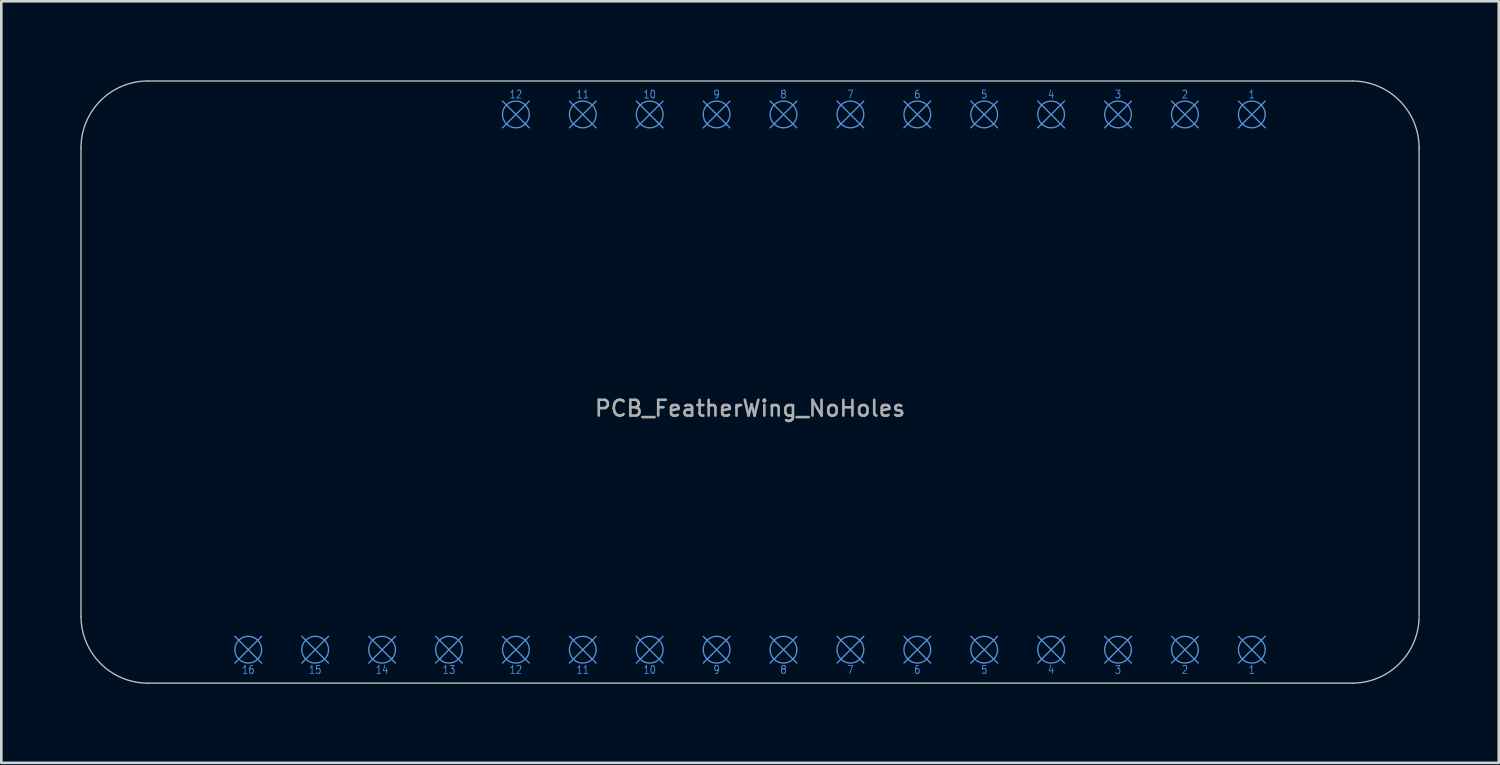
<source format=kicad_pcb>
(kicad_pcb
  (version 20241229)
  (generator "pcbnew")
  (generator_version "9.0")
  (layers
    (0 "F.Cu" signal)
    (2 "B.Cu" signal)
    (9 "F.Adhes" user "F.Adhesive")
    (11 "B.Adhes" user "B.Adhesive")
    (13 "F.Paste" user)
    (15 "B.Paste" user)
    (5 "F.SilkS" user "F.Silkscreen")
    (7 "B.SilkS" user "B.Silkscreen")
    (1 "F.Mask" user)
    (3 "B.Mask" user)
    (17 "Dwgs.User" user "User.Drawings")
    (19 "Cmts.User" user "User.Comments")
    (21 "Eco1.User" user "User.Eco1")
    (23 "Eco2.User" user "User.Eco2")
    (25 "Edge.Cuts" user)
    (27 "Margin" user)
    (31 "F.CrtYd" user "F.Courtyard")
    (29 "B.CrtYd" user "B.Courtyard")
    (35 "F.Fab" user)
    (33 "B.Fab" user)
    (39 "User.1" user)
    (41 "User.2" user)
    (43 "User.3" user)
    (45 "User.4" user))
  (footprint "PCB_FeatherWing_NoHoles"
    (layer "F.Cu")
    (at 25.425 11.455)
    (property "Reference" "PCB_FeatherWing_NoHoles" (at 0 1 0) (layer "F.Fab") (effects (font (size 0.6 0.6) (thickness 0.1))))
    (attr through_hole)
    (fp_line (start -25.4 -8.89) (end -25.4 8.89) (stroke (width 0.05) (type solid)) (layer "Dwgs.User"))
    (fp_line (start -22.86 11.43) (end 22.86 11.43) (stroke (width 0.05) (type solid)) (layer "Dwgs.User"))
    (fp_line (start 22.86 -11.43) (end -22.86 -11.43) (stroke (width 0.05) (type solid)) (layer "Dwgs.User"))
    (fp_line (start 25.4 8.89) (end 25.4 -8.89) (stroke (width 0.05) (type solid)) (layer "Dwgs.User"))
    (fp_arc (start -25.4 -8.89) (mid -24.656051 -10.686051) (end -22.86 -11.43) (stroke (width 0.05) (type solid)) (layer "Dwgs.User"))
    (fp_arc (start -22.86 11.43) (mid -24.656051 10.686051) (end -25.4 8.89) (stroke (width 0.05) (type solid)) (layer "Dwgs.User"))
    (fp_arc (start 22.86 -11.43) (mid 24.656051 -10.686051) (end 25.4 -8.89) (stroke (width 0.05) (type solid)) (layer "Dwgs.User"))
    (fp_arc (start 25.399532 8.938762) (mid 24.638728 10.703209) (end 22.86 11.43) (stroke (width 0.05) (type solid)) (layer "Dwgs.User"))
    (fp_line (start -19.558 9.652) (end -18.542 10.668) (stroke (width 0.05) (type solid)) (layer "Cmts.User"))
    (fp_line (start -19.558 10.668) (end -18.542 9.652) (stroke (width 0.05) (type solid)) (layer "Cmts.User"))
    (fp_line (start -17.018 9.652) (end -16.002 10.668) (stroke (width 0.05) (type solid)) (layer "Cmts.User"))
    (fp_line (start -17.018 10.668) (end -16.002 9.652) (stroke (width 0.05) (type solid)) (layer "Cmts.User"))
    (fp_line (start -14.478 9.652) (end -13.462 10.668) (stroke (width 0.05) (type solid)) (layer "Cmts.User"))
    (fp_line (start -14.478 10.668) (end -13.462 9.652) (stroke (width 0.05) (type solid)) (layer "Cmts.User"))
    (fp_line (start -11.938 9.652) (end -10.922 10.668) (stroke (width 0.05) (type solid)) (layer "Cmts.User"))
    (fp_line (start -11.938 10.668) (end -10.922 9.652) (stroke (width 0.05) (type solid)) (layer "Cmts.User"))
    (fp_line (start -9.398 -10.668) (end -8.382 -9.652) (stroke (width 0.05) (type solid)) (layer "Cmts.User"))
    (fp_line (start -9.398 -9.652) (end -8.382 -10.668) (stroke (width 0.05) (type solid)) (layer "Cmts.User"))
    (fp_line (start -9.398 9.652) (end -8.382 10.668) (stroke (width 0.05) (type solid)) (layer "Cmts.User"))
    (fp_line (start -9.398 10.668) (end -8.382 9.652) (stroke (width 0.05) (type solid)) (layer "Cmts.User"))
    (fp_line (start -6.858 -10.668) (end -5.842 -9.652) (stroke (width 0.05) (type solid)) (layer "Cmts.User"))
    (fp_line (start -6.858 -9.652) (end -5.842 -10.668) (stroke (width 0.05) (type solid)) (layer "Cmts.User"))
    (fp_line (start -6.858 9.652) (end -5.842 10.668) (stroke (width 0.05) (type solid)) (layer "Cmts.User"))
    (fp_line (start -6.858 10.668) (end -5.842 9.652) (stroke (width 0.05) (type solid)) (layer "Cmts.User"))
    (fp_line (start -4.318 -10.668) (end -3.302 -9.652) (stroke (width 0.05) (type solid)) (layer "Cmts.User"))
    (fp_line (start -4.318 -9.652) (end -3.302 -10.668) (stroke (width 0.05) (type solid)) (layer "Cmts.User"))
    (fp_line (start -4.318 9.652) (end -3.302 10.668) (stroke (width 0.05) (type solid)) (layer "Cmts.User"))
    (fp_line (start -4.318 10.668) (end -3.302 9.652) (stroke (width 0.05) (type solid)) (layer "Cmts.User"))
    (fp_line (start -1.778 -10.668) (end -0.762 -9.652) (stroke (width 0.05) (type solid)) (layer "Cmts.User"))
    (fp_line (start -1.778 -9.652) (end -0.762 -10.668) (stroke (width 0.05) (type solid)) (layer "Cmts.User"))
    (fp_line (start -1.778 9.652) (end -0.762 10.668) (stroke (width 0.05) (type solid)) (layer "Cmts.User"))
    (fp_line (start -1.778 10.668) (end -0.762 9.652) (stroke (width 0.05) (type solid)) (layer "Cmts.User"))
    (fp_line (start 0.762 -10.668) (end 1.778 -9.652) (stroke (width 0.05) (type solid)) (layer "Cmts.User"))
    (fp_line (start 0.762 -9.652) (end 1.778 -10.668) (stroke (width 0.05) (type solid)) (layer "Cmts.User"))
    (fp_line (start 0.762 9.652) (end 1.778 10.668) (stroke (width 0.05) (type solid)) (layer "Cmts.User"))
    (fp_line (start 0.762 10.668) (end 1.778 9.652) (stroke (width 0.05) (type solid)) (layer "Cmts.User"))
    (fp_line (start 3.302 -10.668) (end 4.318 -9.652) (stroke (width 0.05) (type solid)) (layer "Cmts.User"))
    (fp_line (start 3.302 -9.652) (end 4.318 -10.668) (stroke (width 0.05) (type solid)) (layer "Cmts.User"))
    (fp_line (start 3.302 9.652) (end 4.318 10.668) (stroke (width 0.05) (type solid)) (layer "Cmts.User"))
    (fp_line (start 3.302 10.668) (end 4.318 9.652) (stroke (width 0.05) (type solid)) (layer "Cmts.User"))
    (fp_line (start 5.842 -10.668) (end 6.858 -9.652) (stroke (width 0.05) (type solid)) (layer "Cmts.User"))
    (fp_line (start 5.842 -9.652) (end 6.858 -10.668) (stroke (width 0.05) (type solid)) (layer "Cmts.User"))
    (fp_line (start 5.842 9.652) (end 6.858 10.668) (stroke (width 0.05) (type solid)) (layer "Cmts.User"))
    (fp_line (start 5.842 10.668) (end 6.858 9.652) (stroke (width 0.05) (type solid)) (layer "Cmts.User"))
    (fp_line (start 8.382 -10.668) (end 9.398 -9.652) (stroke (width 0.05) (type solid)) (layer "Cmts.User"))
    (fp_line (start 8.382 -9.652) (end 9.398 -10.668) (stroke (width 0.05) (type solid)) (layer "Cmts.User"))
    (fp_line (start 8.382 9.652) (end 9.398 10.668) (stroke (width 0.05) (type solid)) (layer "Cmts.User"))
    (fp_line (start 8.382 10.668) (end 9.398 9.652) (stroke (width 0.05) (type solid)) (layer "Cmts.User"))
    (fp_line (start 10.922 -10.668) (end 11.938 -9.652) (stroke (width 0.05) (type solid)) (layer "Cmts.User"))
    (fp_line (start 10.922 -9.652) (end 11.938 -10.668) (stroke (width 0.05) (type solid)) (layer "Cmts.User"))
    (fp_line (start 10.922 9.652) (end 11.938 10.668) (stroke (width 0.05) (type solid)) (layer "Cmts.User"))
    (fp_line (start 10.922 10.668) (end 11.938 9.652) (stroke (width 0.05) (type solid)) (layer "Cmts.User"))
    (fp_line (start 13.462 -10.668) (end 14.478 -9.652) (stroke (width 0.05) (type solid)) (layer "Cmts.User"))
    (fp_line (start 13.462 -9.652) (end 14.478 -10.668) (stroke (width 0.05) (type solid)) (layer "Cmts.User"))
    (fp_line (start 13.462 9.652) (end 14.478 10.668) (stroke (width 0.05) (type solid)) (layer "Cmts.User"))
    (fp_line (start 13.462 10.668) (end 14.478 9.652) (stroke (width 0.05) (type solid)) (layer "Cmts.User"))
    (fp_line (start 16.002 -10.668) (end 17.018 -9.652) (stroke (width 0.05) (type solid)) (layer "Cmts.User"))
    (fp_line (start 16.002 -9.652) (end 17.018 -10.668) (stroke (width 0.05) (type solid)) (layer "Cmts.User"))
    (fp_line (start 16.002 9.652) (end 17.018 10.668) (stroke (width 0.05) (type solid)) (layer "Cmts.User"))
    (fp_line (start 16.002 10.668) (end 17.018 9.652) (stroke (width 0.05) (type solid)) (layer "Cmts.User"))
    (fp_line (start 18.542 -10.668) (end 19.558 -9.652) (stroke (width 0.05) (type solid)) (layer "Cmts.User"))
    (fp_line (start 18.542 -9.652) (end 19.558 -10.668) (stroke (width 0.05) (type solid)) (layer "Cmts.User"))
    (fp_line (start 18.542 9.652) (end 19.558 10.668) (stroke (width 0.05) (type solid)) (layer "Cmts.User"))
    (fp_line (start 18.542 10.668) (end 19.558 9.652) (stroke (width 0.05) (type solid)) (layer "Cmts.User"))
    (fp_circle (center -19.05 10.16) (end -18.542 10.16) (stroke (width 0.05) (type solid)) (fill no) (layer "Cmts.User"))
    (fp_circle (center -16.51 10.16) (end -16.002 10.16) (stroke (width 0.05) (type solid)) (fill no) (layer "Cmts.User"))
    (fp_circle (center -13.97 10.16) (end -13.462 10.16) (stroke (width 0.05) (type solid)) (fill no) (layer "Cmts.User"))
    (fp_circle (center -11.43 10.16) (end -10.922 10.16) (stroke (width 0.05) (type solid)) (fill no) (layer "Cmts.User"))
    (fp_circle (center -8.89 -10.16) (end -8.382 -10.16) (stroke (width 0.05) (type solid)) (fill no) (layer "Cmts.User"))
    (fp_circle (center -8.89 10.16) (end -8.382 10.16) (stroke (width 0.05) (type solid)) (fill no) (layer "Cmts.User"))
    (fp_circle (center -6.35 -10.16) (end -5.842 -10.16) (stroke (width 0.05) (type solid)) (fill no) (layer "Cmts.User"))
    (fp_circle (center -6.35 10.16) (end -5.842 10.16) (stroke (width 0.05) (type solid)) (fill no) (layer "Cmts.User"))
    (fp_circle (center -3.81 -10.16) (end -3.302 -10.16) (stroke (width 0.05) (type solid)) (fill no) (layer "Cmts.User"))
    (fp_circle (center -3.81 10.16) (end -3.302 10.16) (stroke (width 0.05) (type solid)) (fill no) (layer "Cmts.User"))
    (fp_circle (center -1.27 -10.16) (end -0.762 -10.16) (stroke (width 0.05) (type solid)) (fill no) (layer "Cmts.User"))
    (fp_circle (center -1.27 10.16) (end -0.762 10.16) (stroke (width 0.05) (type solid)) (fill no) (layer "Cmts.User"))
    (fp_circle (center 1.27 -10.16) (end 1.778 -10.16) (stroke (width 0.05) (type solid)) (fill no) (layer "Cmts.User"))
    (fp_circle (center 1.27 10.16) (end 1.778 10.16) (stroke (width 0.05) (type solid)) (fill no) (layer "Cmts.User"))
    (fp_circle (center 3.81 -10.16) (end 4.318 -10.16) (stroke (width 0.05) (type solid)) (fill no) (layer "Cmts.User"))
    (fp_circle (center 3.81 10.16) (end 4.318 10.16) (stroke (width 0.05) (type solid)) (fill no) (layer "Cmts.User"))
    (fp_circle (center 6.35 -10.16) (end 6.858 -10.16) (stroke (width 0.05) (type solid)) (fill no) (layer "Cmts.User"))
    (fp_circle (center 6.35 10.16) (end 6.858 10.16) (stroke (width 0.05) (type solid)) (fill no) (layer "Cmts.User"))
    (fp_circle (center 8.89 -10.16) (end 9.398 -10.16) (stroke (width 0.05) (type solid)) (fill no) (layer "Cmts.User"))
    (fp_circle (center 8.89 10.16) (end 9.398 10.16) (stroke (width 0.05) (type solid)) (fill no) (layer "Cmts.User"))
    (fp_circle (center 11.43 -10.16) (end 11.938 -10.16) (stroke (width 0.05) (type solid)) (fill no) (layer "Cmts.User"))
    (fp_circle (center 11.43 10.16) (end 11.938 10.16) (stroke (width 0.05) (type solid)) (fill no) (layer "Cmts.User"))
    (fp_circle (center 13.97 -10.16) (end 14.478 -10.16) (stroke (width 0.05) (type solid)) (fill no) (layer "Cmts.User"))
    (fp_circle (center 13.97 10.16) (end 14.478 10.16) (stroke (width 0.05) (type solid)) (fill no) (layer "Cmts.User"))
    (fp_circle (center 16.51 -10.16) (end 17.018 -10.16) (stroke (width 0.05) (type solid)) (fill no) (layer "Cmts.User"))
    (fp_circle (center 16.51 10.16) (end 17.018 10.16) (stroke (width 0.05) (type solid)) (fill no) (layer "Cmts.User"))
    (fp_circle (center 19.05 -10.16) (end 19.558 -10.16) (stroke (width 0.05) (type solid)) (fill no) (layer "Cmts.User"))
    (fp_circle (center 19.05 10.16) (end 19.558 10.16) (stroke (width 0.05) (type solid)) (fill no) (layer "Cmts.User"))
    (fp_text user "1" (at 19.05 -10.922 0) (layer "Cmts.User") (effects (font (size 0.3 0.25) (thickness 0.03))))
    (fp_text user "2" (at 16.51 -10.922 0) (layer "Cmts.User") (effects (font (size 0.3 0.25) (thickness 0.03))))
    (fp_text user "6" (at 6.35 10.922 0) (layer "Cmts.User") (effects (font (size 0.3 0.25) (thickness 0.03))))
    (fp_text user "12" (at -8.89 -10.922 0) (layer "Cmts.User") (effects (font (size 0.3 0.25) (thickness 0.03))))
    (fp_text user "12" (at -8.89 10.922 0) (layer "Cmts.User") (effects (font (size 0.3 0.25) (thickness 0.03))))
    (fp_text user "11" (at -6.35 10.922 0) (layer "Cmts.User") (effects (font (size 0.3 0.25) (thickness 0.03))))
    (fp_text user "8" (at 1.27 -10.922 0) (layer "Cmts.User") (effects (font (size 0.3 0.25) (thickness 0.03))))
    (fp_text user "9" (at -1.27 -10.922 0) (layer "Cmts.User") (effects (font (size 0.3 0.25) (thickness 0.03))))
    (fp_text user "14" (at -13.97 10.922 0) (layer "Cmts.User") (effects (font (size 0.3 0.25) (thickness 0.03))))
    (fp_text user "8" (at 1.27 10.922 0) (layer "Cmts.User") (effects (font (size 0.3 0.25) (thickness 0.03))))
    (fp_text user "4" (at 11.43 10.922 0) (layer "Cmts.User") (effects (font (size 0.3 0.25) (thickness 0.03))))
    (fp_text user "3" (at 13.97 -10.922 0) (layer "Cmts.User") (effects (font (size 0.3 0.25) (thickness 0.03))))
    (fp_text user "5" (at 8.89 10.922 0) (layer "Cmts.User") (effects (font (size 0.3 0.25) (thickness 0.03))))
    (fp_text user "7" (at 3.81 -10.922 0) (layer "Cmts.User") (effects (font (size 0.3 0.25) (thickness 0.03))))
    (fp_text user "10" (at -3.81 10.922 0) (layer "Cmts.User") (effects (font (size 0.3 0.25) (thickness 0.03))))
    (fp_text user "13" (at -11.43 10.922 0) (layer "Cmts.User") (effects (font (size 0.3 0.25) (thickness 0.03))))
    (fp_text user "2" (at 16.51 10.922 0) (layer "Cmts.User") (effects (font (size 0.3 0.25) (thickness 0.03))))
    (fp_text user "16" (at -19.05 10.922 0) (layer "Cmts.User") (effects (font (size 0.3 0.25) (thickness 0.03))))
    (fp_text user "9" (at -1.27 10.922 0) (layer "Cmts.User") (effects (font (size 0.3 0.25) (thickness 0.03))))
    (fp_text user "7" (at 3.81 10.922 0) (layer "Cmts.User") (effects (font (size 0.3 0.25) (thickness 0.03))))
    (fp_text user "4" (at 11.43 -10.922 0) (layer "Cmts.User") (effects (font (size 0.3 0.25) (thickness 0.03))))
    (fp_text user "1" (at 19.05 10.922 0) (layer "Cmts.User") (effects (font (size 0.3 0.25) (thickness 0.03))))
    (fp_text user "6" (at 6.35 -10.922 0) (layer "Cmts.User") (effects (font (size 0.3 0.25) (thickness 0.03))))
    (fp_text user "15" (at -16.51 10.922 0) (layer "Cmts.User") (effects (font (size 0.3 0.25) (thickness 0.03))))
    (fp_text user "10" (at -3.81 -10.922 0) (layer "Cmts.User") (effects (font (size 0.3 0.25) (thickness 0.03))))
    (fp_text user "3" (at 13.97 10.922 0) (layer "Cmts.User") (effects (font (size 0.3 0.25) (thickness 0.03))))
    (fp_text user "5" (at 8.89 -10.922 0) (layer "Cmts.User") (effects (font (size 0.3 0.25) (thickness 0.03))))
    (fp_text user "11" (at -6.35 -10.922 0) (layer "Cmts.User") (effects (font (size 0.3 0.25) (thickness 0.03))))
    (fp_text user "${REFERENCE}" (at 17.78 8.89 180) (layer "Eco1.User") (effects (font (size 0.3 0.3) (thickness 0.03)))))
  (gr_rect
    (start -3 -3)
    (end 53.85 25.91)
    (stroke (width 0.1) (type default))
    (fill no)
    (layer "Edge.Cuts")))
</source>
